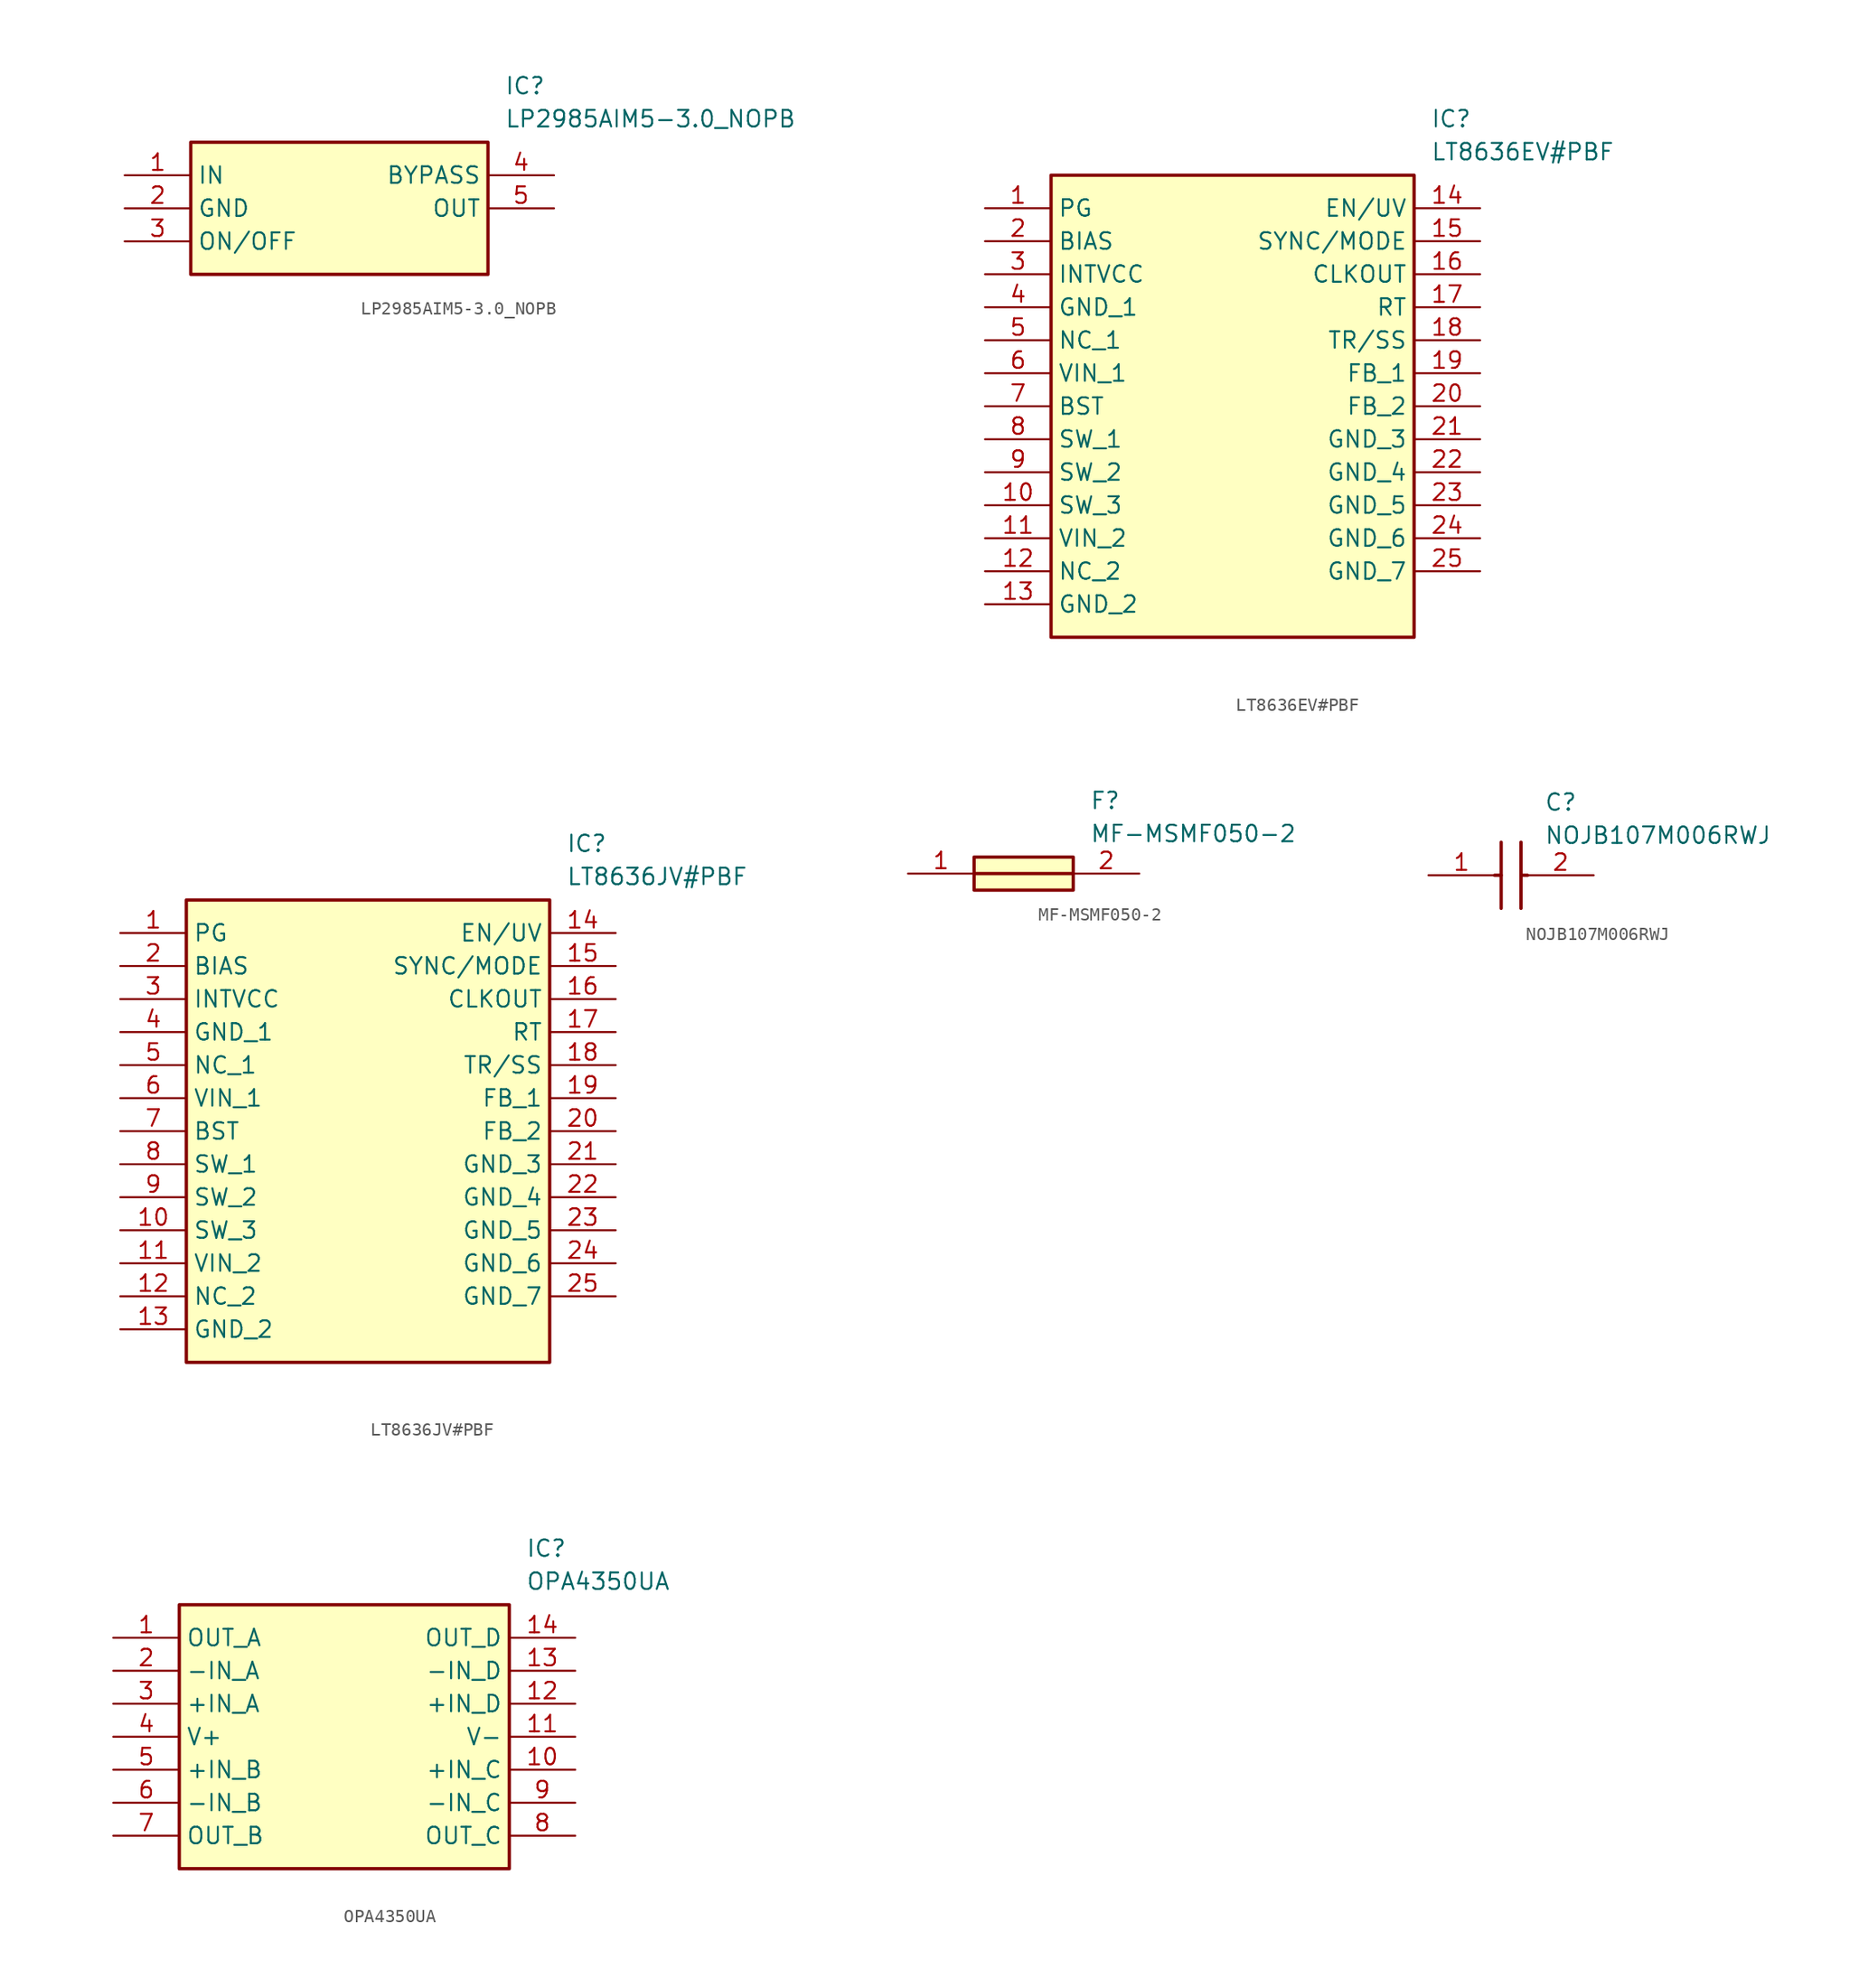
<source format=kicad_sym>
(kicad_symbol_lib
  (version 20231120)
  (generator "kicad_symbol_editor")
  (generator_version "8.0")
  (symbol "LP2985AIM5-3.0_NOPB"
    (property "Reference" "IC"
      (at 29.21 7.62 0)
      (effects (font (size 1.27 1.27)) (justify left top)))
    (property "Value" "LP2985AIM5-3.0_NOPB"
      (at 29.21 5.08 0)
      (effects (font (size 1.27 1.27)) (justify left top)))
    (symbol "LP2985AIM5-3.0_NOPB_1_1"
      (rectangle (start 5.08 2.54) (end 27.94 -7.62) (stroke (width 0.254) (type default)) (fill (type background)))
      (pin passive line (at 0 0 0) (length 5.08) (name "IN" (effects (font (size 1.27 1.27)))) (number "1" (effects (font (size 1.27 1.27)))))
      (pin passive line (at 0 -2.54 0) (length 5.08) (name "GND" (effects (font (size 1.27 1.27)))) (number "2" (effects (font (size 1.27 1.27)))))
      (pin passive line (at 0 -5.08 0) (length 5.08) (name "ON/OFF" (effects (font (size 1.27 1.27)))) (number "3" (effects (font (size 1.27 1.27)))))
      (pin passive line (at 33.02 0 180) (length 5.08) (name "BYPASS" (effects (font (size 1.27 1.27)))) (number "4" (effects (font (size 1.27 1.27)))))
      (pin passive line (at 33.02 -2.54 180) (length 5.08) (name "OUT" (effects (font (size 1.27 1.27)))) (number "5" (effects (font (size 1.27 1.27)))))))
  (symbol "LT8636EV#PBF"
    (property "Reference" "IC"
      (at 34.29 7.62 0)
      (effects (font (size 1.27 1.27)) (justify left top)))
    (property "Value" "LT8636EV#PBF"
      (at 34.29 5.08 0)
      (effects (font (size 1.27 1.27)) (justify left top)))
    (symbol "LT8636EV#PBF_1_1"
      (rectangle (start 5.08 2.54) (end 33.02 -33.02) (stroke (width 0.254) (type default)) (fill (type background)))
      (pin passive line (at 0 0 0) (length 5.08) (name "PG" (effects (font (size 1.27 1.27)))) (number "1" (effects (font (size 1.27 1.27)))))
      (pin passive line (at 0 -22.86 0) (length 5.08) (name "SW_3" (effects (font (size 1.27 1.27)))) (number "10" (effects (font (size 1.27 1.27)))))
      (pin passive line (at 0 -25.4 0) (length 5.08) (name "VIN_2" (effects (font (size 1.27 1.27)))) (number "11" (effects (font (size 1.27 1.27)))))
      (pin passive line (at 0 -27.94 0) (length 5.08) (name "NC_2" (effects (font (size 1.27 1.27)))) (number "12" (effects (font (size 1.27 1.27)))))
      (pin passive line (at 0 -30.48 0) (length 5.08) (name "GND_2" (effects (font (size 1.27 1.27)))) (number "13" (effects (font (size 1.27 1.27)))))
      (pin passive line (at 38.1 0 180) (length 5.08) (name "EN/UV" (effects (font (size 1.27 1.27)))) (number "14" (effects (font (size 1.27 1.27)))))
      (pin passive line (at 38.1 -2.54 180) (length 5.08) (name "SYNC/MODE" (effects (font (size 1.27 1.27)))) (number "15" (effects (font (size 1.27 1.27)))))
      (pin passive line (at 38.1 -5.08 180) (length 5.08) (name "CLKOUT" (effects (font (size 1.27 1.27)))) (number "16" (effects (font (size 1.27 1.27)))))
      (pin passive line (at 38.1 -7.62 180) (length 5.08) (name "RT" (effects (font (size 1.27 1.27)))) (number "17" (effects (font (size 1.27 1.27)))))
      (pin passive line (at 38.1 -10.16 180) (length 5.08) (name "TR/SS" (effects (font (size 1.27 1.27)))) (number "18" (effects (font (size 1.27 1.27)))))
      (pin passive line (at 38.1 -12.7 180) (length 5.08) (name "FB_1" (effects (font (size 1.27 1.27)))) (number "19" (effects (font (size 1.27 1.27)))))
      (pin passive line (at 0 -2.54 0) (length 5.08) (name "BIAS" (effects (font (size 1.27 1.27)))) (number "2" (effects (font (size 1.27 1.27)))))
      (pin passive line (at 38.1 -15.24 180) (length 5.08) (name "FB_2" (effects (font (size 1.27 1.27)))) (number "20" (effects (font (size 1.27 1.27)))))
      (pin passive line (at 38.1 -17.78 180) (length 5.08) (name "GND_3" (effects (font (size 1.27 1.27)))) (number "21" (effects (font (size 1.27 1.27)))))
      (pin passive line (at 38.1 -20.32 180) (length 5.08) (name "GND_4" (effects (font (size 1.27 1.27)))) (number "22" (effects (font (size 1.27 1.27)))))
      (pin passive line (at 38.1 -22.86 180) (length 5.08) (name "GND_5" (effects (font (size 1.27 1.27)))) (number "23" (effects (font (size 1.27 1.27)))))
      (pin passive line (at 38.1 -25.4 180) (length 5.08) (name "GND_6" (effects (font (size 1.27 1.27)))) (number "24" (effects (font (size 1.27 1.27)))))
      (pin passive line (at 38.1 -27.94 180) (length 5.08) (name "GND_7" (effects (font (size 1.27 1.27)))) (number "25" (effects (font (size 1.27 1.27)))))
      (pin passive line (at 0 -5.08 0) (length 5.08) (name "INTVCC" (effects (font (size 1.27 1.27)))) (number "3" (effects (font (size 1.27 1.27)))))
      (pin passive line (at 0 -7.62 0) (length 5.08) (name "GND_1" (effects (font (size 1.27 1.27)))) (number "4" (effects (font (size 1.27 1.27)))))
      (pin passive line (at 0 -10.16 0) (length 5.08) (name "NC_1" (effects (font (size 1.27 1.27)))) (number "5" (effects (font (size 1.27 1.27)))))
      (pin passive line (at 0 -12.7 0) (length 5.08) (name "VIN_1" (effects (font (size 1.27 1.27)))) (number "6" (effects (font (size 1.27 1.27)))))
      (pin passive line (at 0 -15.24 0) (length 5.08) (name "BST" (effects (font (size 1.27 1.27)))) (number "7" (effects (font (size 1.27 1.27)))))
      (pin passive line (at 0 -17.78 0) (length 5.08) (name "SW_1" (effects (font (size 1.27 1.27)))) (number "8" (effects (font (size 1.27 1.27)))))
      (pin passive line (at 0 -20.32 0) (length 5.08) (name "SW_2" (effects (font (size 1.27 1.27)))) (number "9" (effects (font (size 1.27 1.27)))))))
  (symbol "LT8636JV#PBF"
    (property "Reference" "IC"
      (at 34.29 7.62 0)
      (effects (font (size 1.27 1.27)) (justify left top)))
    (property "Value" "LT8636JV#PBF"
      (at 34.29 5.08 0)
      (effects (font (size 1.27 1.27)) (justify left top)))
    (symbol "LT8636JV#PBF_1_1"
      (rectangle (start 5.08 2.54) (end 33.02 -33.02) (stroke (width 0.254) (type default)) (fill (type background)))
      (pin passive line (at 0 0 0) (length 5.08) (name "PG" (effects (font (size 1.27 1.27)))) (number "1" (effects (font (size 1.27 1.27)))))
      (pin passive line (at 0 -22.86 0) (length 5.08) (name "SW_3" (effects (font (size 1.27 1.27)))) (number "10" (effects (font (size 1.27 1.27)))))
      (pin passive line (at 0 -25.4 0) (length 5.08) (name "VIN_2" (effects (font (size 1.27 1.27)))) (number "11" (effects (font (size 1.27 1.27)))))
      (pin passive line (at 0 -27.94 0) (length 5.08) (name "NC_2" (effects (font (size 1.27 1.27)))) (number "12" (effects (font (size 1.27 1.27)))))
      (pin passive line (at 0 -30.48 0) (length 5.08) (name "GND_2" (effects (font (size 1.27 1.27)))) (number "13" (effects (font (size 1.27 1.27)))))
      (pin passive line (at 38.1 0 180) (length 5.08) (name "EN/UV" (effects (font (size 1.27 1.27)))) (number "14" (effects (font (size 1.27 1.27)))))
      (pin passive line (at 38.1 -2.54 180) (length 5.08) (name "SYNC/MODE" (effects (font (size 1.27 1.27)))) (number "15" (effects (font (size 1.27 1.27)))))
      (pin passive line (at 38.1 -5.08 180) (length 5.08) (name "CLKOUT" (effects (font (size 1.27 1.27)))) (number "16" (effects (font (size 1.27 1.27)))))
      (pin passive line (at 38.1 -7.62 180) (length 5.08) (name "RT" (effects (font (size 1.27 1.27)))) (number "17" (effects (font (size 1.27 1.27)))))
      (pin passive line (at 38.1 -10.16 180) (length 5.08) (name "TR/SS" (effects (font (size 1.27 1.27)))) (number "18" (effects (font (size 1.27 1.27)))))
      (pin passive line (at 38.1 -12.7 180) (length 5.08) (name "FB_1" (effects (font (size 1.27 1.27)))) (number "19" (effects (font (size 1.27 1.27)))))
      (pin passive line (at 0 -2.54 0) (length 5.08) (name "BIAS" (effects (font (size 1.27 1.27)))) (number "2" (effects (font (size 1.27 1.27)))))
      (pin passive line (at 38.1 -15.24 180) (length 5.08) (name "FB_2" (effects (font (size 1.27 1.27)))) (number "20" (effects (font (size 1.27 1.27)))))
      (pin passive line (at 38.1 -17.78 180) (length 5.08) (name "GND_3" (effects (font (size 1.27 1.27)))) (number "21" (effects (font (size 1.27 1.27)))))
      (pin passive line (at 38.1 -20.32 180) (length 5.08) (name "GND_4" (effects (font (size 1.27 1.27)))) (number "22" (effects (font (size 1.27 1.27)))))
      (pin passive line (at 38.1 -22.86 180) (length 5.08) (name "GND_5" (effects (font (size 1.27 1.27)))) (number "23" (effects (font (size 1.27 1.27)))))
      (pin passive line (at 38.1 -25.4 180) (length 5.08) (name "GND_6" (effects (font (size 1.27 1.27)))) (number "24" (effects (font (size 1.27 1.27)))))
      (pin passive line (at 38.1 -27.94 180) (length 5.08) (name "GND_7" (effects (font (size 1.27 1.27)))) (number "25" (effects (font (size 1.27 1.27)))))
      (pin passive line (at 0 -5.08 0) (length 5.08) (name "INTVCC" (effects (font (size 1.27 1.27)))) (number "3" (effects (font (size 1.27 1.27)))))
      (pin passive line (at 0 -7.62 0) (length 5.08) (name "GND_1" (effects (font (size 1.27 1.27)))) (number "4" (effects (font (size 1.27 1.27)))))
      (pin passive line (at 0 -10.16 0) (length 5.08) (name "NC_1" (effects (font (size 1.27 1.27)))) (number "5" (effects (font (size 1.27 1.27)))))
      (pin passive line (at 0 -12.7 0) (length 5.08) (name "VIN_1" (effects (font (size 1.27 1.27)))) (number "6" (effects (font (size 1.27 1.27)))))
      (pin passive line (at 0 -15.24 0) (length 5.08) (name "BST" (effects (font (size 1.27 1.27)))) (number "7" (effects (font (size 1.27 1.27)))))
      (pin passive line (at 0 -17.78 0) (length 5.08) (name "SW_1" (effects (font (size 1.27 1.27)))) (number "8" (effects (font (size 1.27 1.27)))))
      (pin passive line (at 0 -20.32 0) (length 5.08) (name "SW_2" (effects (font (size 1.27 1.27)))) (number "9" (effects (font (size 1.27 1.27)))))))
  (symbol "MF-MSMF050-2"
    (pin_names hide)
    (property "Reference" "F"
      (at 13.97 6.35 0)
      (effects (font (size 1.27 1.27)) (justify left top)))
    (property "Value" "MF-MSMF050-2"
      (at 13.97 3.81 0)
      (effects (font (size 1.27 1.27)) (justify left top)))
    (symbol "MF-MSMF050-2_1_1"
      (polyline (pts (xy 5.08 0) (xy 12.7 0)) (stroke (width 0.254) (type default)) (fill (type none)))
      (rectangle (start 5.08 1.27) (end 12.7 -1.27) (stroke (width 0.254) (type default)) (fill (type background)))
      (pin passive line (at 0 0 0) (length 5.08) (name "1" (effects (font (size 1.27 1.27)))) (number "1" (effects (font (size 1.27 1.27)))))
      (pin passive line (at 17.78 0 180) (length 5.08) (name "2" (effects (font (size 1.27 1.27)))) (number "2" (effects (font (size 1.27 1.27)))))))
  (symbol "NOJB107M006RWJ"
    (pin_names hide)
    (property "Reference" "C"
      (at 8.89 6.35 0)
      (effects (font (size 1.27 1.27)) (justify left top)))
    (property "Value" "NOJB107M006RWJ"
      (at 8.89 3.81 0)
      (effects (font (size 1.27 1.27)) (justify left top)))
    (polyline
      (pts (xy 5.588 2.54) (xy 5.588 -2.54))
      (stroke (width 0.254) (type default))
      (fill (type none)))
    (polyline
      (pts (xy 7.112 2.54) (xy 7.112 -2.54))
      (stroke (width 0.254) (type default))
      (fill (type none)))
    (polyline
      (pts (xy 5.08 0) (xy 5.588 0))
      (stroke (width 0.254) (type default))
      (fill (type none)))
    (polyline
      (pts (xy 7.112 0) (xy 7.62 0))
      (stroke (width 0.254) (type default))
      (fill (type none)))
    (pin passive line
      (at 0 0 0)
      (length 5.08)
      (name "+" (effects (font (size 1.27 1.27))))
      (number "1" (effects (font (size 1.27 1.27)))))
    (pin passive line
      (at 12.7 0 180)
      (length 5.08)
      (name "-" (effects (font (size 1.27 1.27))))
      (number "2" (effects (font (size 1.27 1.27))))))
  (symbol "OPA4350UA"
    (property "Reference" "IC"
      (at 31.75 7.62 0)
      (effects (font (size 1.27 1.27)) (justify left top)))
    (property "Value" "OPA4350UA"
      (at 31.75 5.08 0)
      (effects (font (size 1.27 1.27)) (justify left top)))
    (symbol "OPA4350UA_1_1"
      (rectangle (start 5.08 2.54) (end 30.48 -17.78) (stroke (width 0.254) (type default)) (fill (type background)))
      (pin passive line (at 0 0 0) (length 5.08) (name "OUT_A" (effects (font (size 1.27 1.27)))) (number "1" (effects (font (size 1.27 1.27)))))
      (pin passive line (at 35.56 -10.16 180) (length 5.08) (name "+IN_C" (effects (font (size 1.27 1.27)))) (number "10" (effects (font (size 1.27 1.27)))))
      (pin passive line (at 35.56 -7.62 180) (length 5.08) (name "V-" (effects (font (size 1.27 1.27)))) (number "11" (effects (font (size 1.27 1.27)))))
      (pin passive line (at 35.56 -5.08 180) (length 5.08) (name "+IN_D" (effects (font (size 1.27 1.27)))) (number "12" (effects (font (size 1.27 1.27)))))
      (pin passive line (at 35.56 -2.54 180) (length 5.08) (name "-IN_D" (effects (font (size 1.27 1.27)))) (number "13" (effects (font (size 1.27 1.27)))))
      (pin passive line (at 35.56 0 180) (length 5.08) (name "OUT_D" (effects (font (size 1.27 1.27)))) (number "14" (effects (font (size 1.27 1.27)))))
      (pin passive line (at 0 -2.54 0) (length 5.08) (name "-IN_A" (effects (font (size 1.27 1.27)))) (number "2" (effects (font (size 1.27 1.27)))))
      (pin passive line (at 0 -5.08 0) (length 5.08) (name "+IN_A" (effects (font (size 1.27 1.27)))) (number "3" (effects (font (size 1.27 1.27)))))
      (pin passive line (at 0 -7.62 0) (length 5.08) (name "V+" (effects (font (size 1.27 1.27)))) (number "4" (effects (font (size 1.27 1.27)))))
      (pin passive line (at 0 -10.16 0) (length 5.08) (name "+IN_B" (effects (font (size 1.27 1.27)))) (number "5" (effects (font (size 1.27 1.27)))))
      (pin passive line (at 0 -12.7 0) (length 5.08) (name "-IN_B" (effects (font (size 1.27 1.27)))) (number "6" (effects (font (size 1.27 1.27)))))
      (pin passive line (at 0 -15.24 0) (length 5.08) (name "OUT_B" (effects (font (size 1.27 1.27)))) (number "7" (effects (font (size 1.27 1.27)))))
      (pin passive line (at 35.56 -15.24 180) (length 5.08) (name "OUT_C" (effects (font (size 1.27 1.27)))) (number "8" (effects (font (size 1.27 1.27)))))
      (pin passive line (at 35.56 -12.7 180) (length 5.08) (name "-IN_C" (effects (font (size 1.27 1.27)))) (number "9" (effects (font (size 1.27 1.27))))))))
</source>
